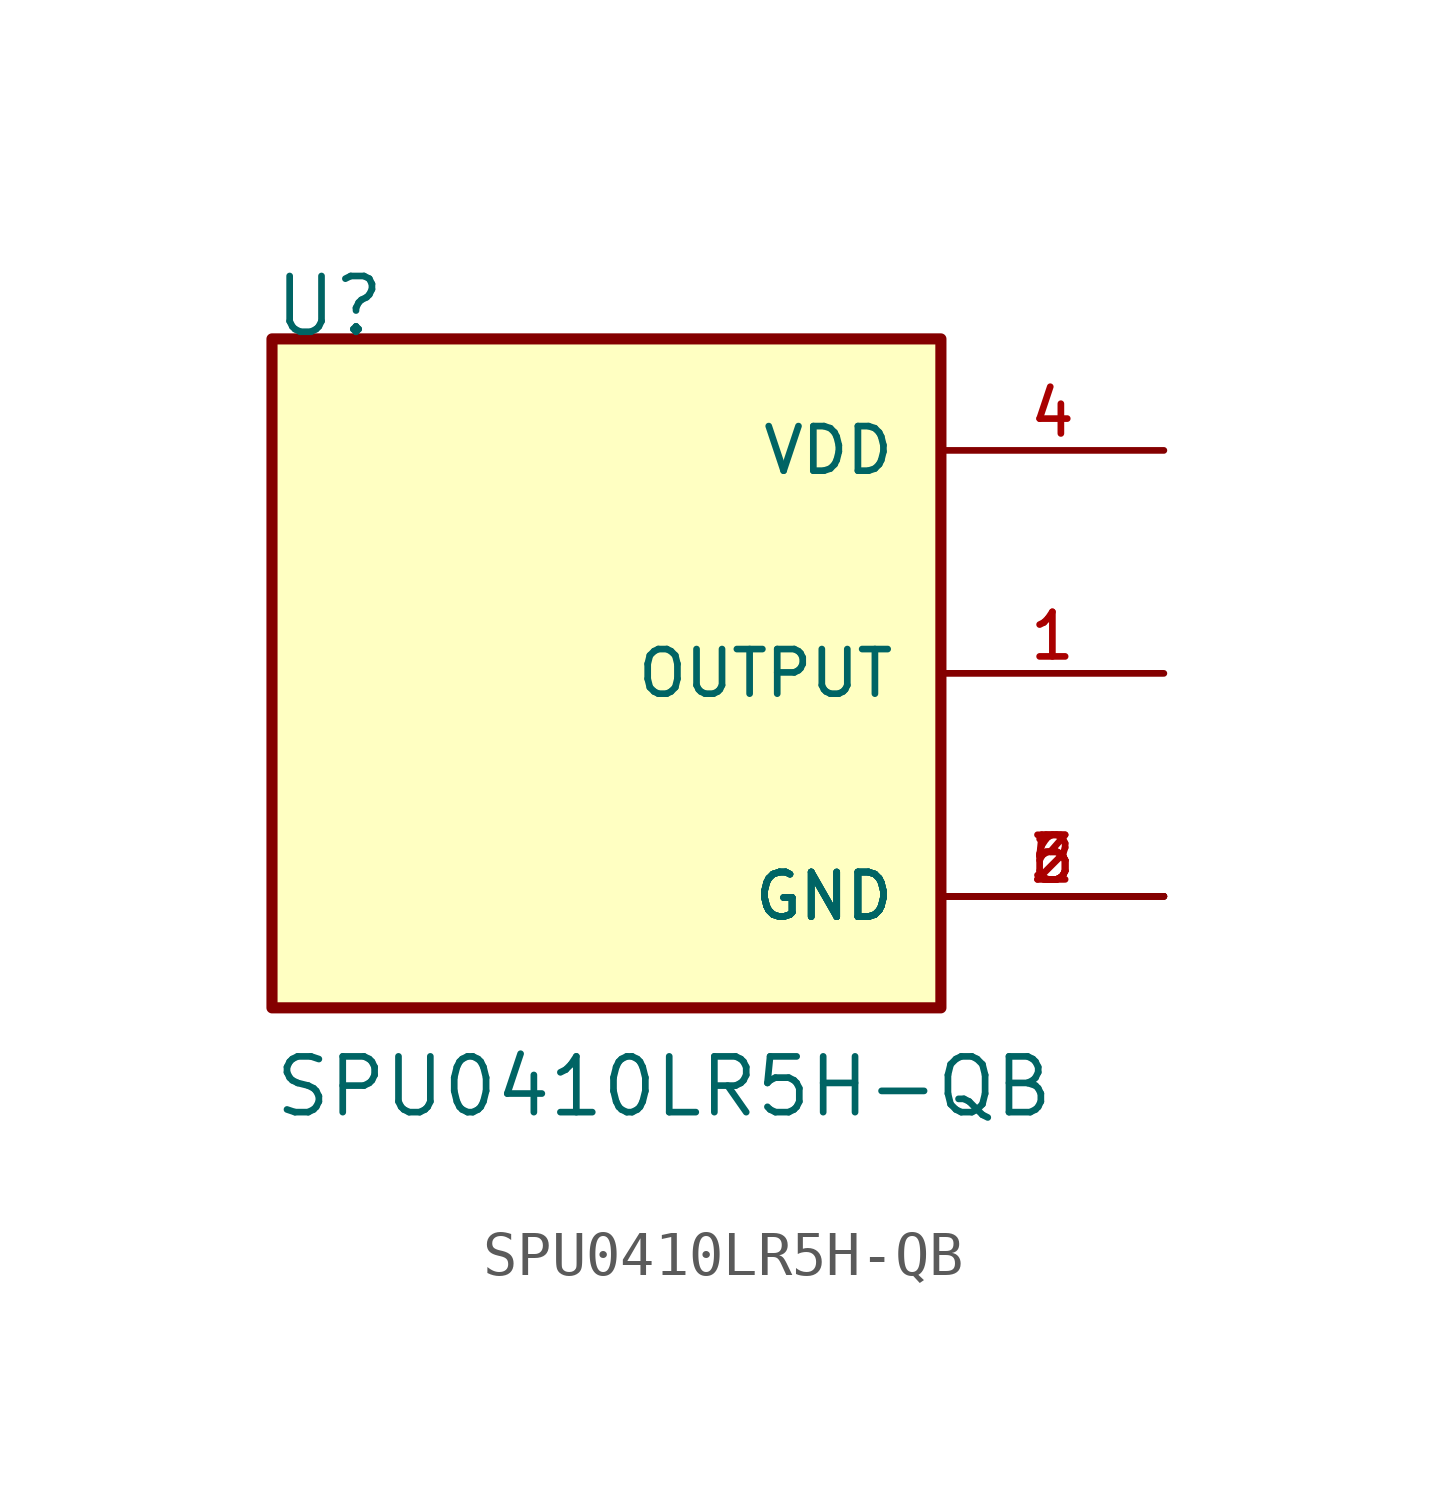
<source format=kicad_sym>
(kicad_symbol_lib
  (version 20211014)
  (generator kicad_symbol_editor)
  (symbol "SPU0410LR5H-QB"
    (pin_names
      (offset 1.016))
    (property "Reference" "U"
      (at -7.62 7.62 0)
      (effects (font (size 1.27 1.27)) (justify left bottom)))
    (property "Value" "SPU0410LR5H-QB"
      (at -7.62 -10.16 0)
      (effects (font (size 1.27 1.27)) (justify left bottom)))
    (property "ki_locked" ""
      (at 0 0 0)
      (effects (font (size 1.27 1.27))))
    (symbol "SPU0410LR5H-QB_0_0"
      (rectangle (start -7.62 -7.62) (end 7.62 7.62) (stroke (width 0.254) (type default) (color 0 0 0 0)) (fill (type background)))
      (pin output line (at 12.7 0 180) (length 5.08) (name "OUTPUT" (effects (font (size 1.016 1.016)))) (number "1" (effects (font (size 1.016 1.016)))))
      (pin power_in line (at 12.7 -5.08 180) (length 5.08) (name "GND" (effects (font (size 1.016 1.016)))) (number "2" (effects (font (size 1.016 1.016)))))
      (pin power_in line (at 12.7 -5.08 180) (length 5.08) (name "GND" (effects (font (size 1.016 1.016)))) (number "3" (effects (font (size 1.016 1.016)))))
      (pin power_in line (at 12.7 5.08 180) (length 5.08) (name "VDD" (effects (font (size 1.016 1.016)))) (number "4" (effects (font (size 1.016 1.016)))))
      (pin power_in line (at 12.7 -5.08 180) (length 5.08) (name "GND" (effects (font (size 1.016 1.016)))) (number "5" (effects (font (size 1.016 1.016)))))
      (pin power_in line (at 12.7 -5.08 180) (length 5.08) (name "GND" (effects (font (size 1.016 1.016)))) (number "6" (effects (font (size 1.016 1.016))))))))
</source>
